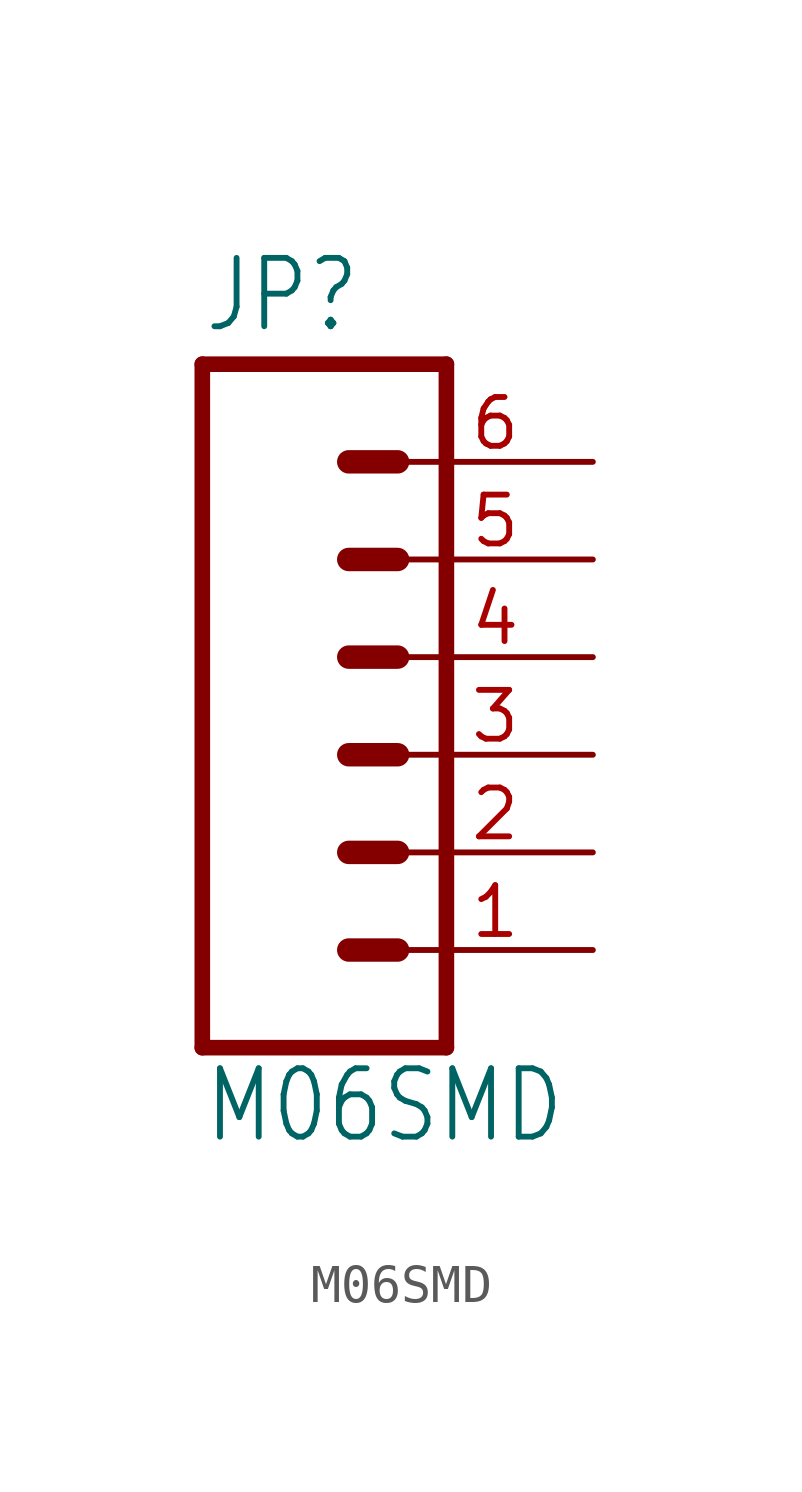
<source format=kicad_sym>
(kicad_symbol_lib
  (version 20201005)
  (generator kicad_symbol_editor)
  (symbol "M06SMD"
    (property "Reference" "JP"
      (at -5.08 10.922 0)
      (effects (font (size 1.778 1.511)) (justify left bottom)))
    (property "Value" "M06SMD"
      (at -5.08 -10.16 0)
      (effects (font (size 1.778 1.511)) (justify left bottom)))
    (property "ki_locked" ""
      (at 0 0 0)
      (effects (font (size 1.27 1.27))))
    (symbol "M06SMD_1_0"
      (polyline (pts (xy 1.27 -7.62) (xy -5.08 -7.62)) (stroke (width 0.406)) (fill (type none)))
      (polyline (pts (xy -1.27 0) (xy 0 0)) (stroke (width 0.61)) (fill (type none)))
      (polyline (pts (xy -1.27 -2.54) (xy 0 -2.54)) (stroke (width 0.61)) (fill (type none)))
      (polyline (pts (xy -1.27 -5.08) (xy 0 -5.08)) (stroke (width 0.61)) (fill (type none)))
      (polyline (pts (xy -5.08 10.16) (xy -5.08 -7.62)) (stroke (width 0.406)) (fill (type none)))
      (polyline (pts (xy 1.27 -7.62) (xy 1.27 10.16)) (stroke (width 0.406)) (fill (type none)))
      (polyline (pts (xy -5.08 10.16) (xy 1.27 10.16)) (stroke (width 0.406)) (fill (type none)))
      (polyline (pts (xy -1.27 5.08) (xy 0 5.08)) (stroke (width 0.61)) (fill (type none)))
      (polyline (pts (xy -1.27 2.54) (xy 0 2.54)) (stroke (width 0.61)) (fill (type none)))
      (polyline (pts (xy -1.27 7.62) (xy 0 7.62)) (stroke (width 0.61)) (fill (type none)))
      (pin passive line (at 5.08 -5.08 180) (length 5.08) (name "1" (effects (font (size 0 0)))) (number "1" (effects (font (size 1.27 1.27)))))
      (pin passive line (at 5.08 -2.54 180) (length 5.08) (name "2" (effects (font (size 0 0)))) (number "2" (effects (font (size 1.27 1.27)))))
      (pin passive line (at 5.08 0 180) (length 5.08) (name "3" (effects (font (size 0 0)))) (number "3" (effects (font (size 1.27 1.27)))))
      (pin passive line (at 5.08 2.54 180) (length 5.08) (name "4" (effects (font (size 0 0)))) (number "4" (effects (font (size 1.27 1.27)))))
      (pin passive line (at 5.08 5.08 180) (length 5.08) (name "5" (effects (font (size 0 0)))) (number "5" (effects (font (size 1.27 1.27)))))
      (pin passive line (at 5.08 7.62 180) (length 5.08) (name "6" (effects (font (size 0 0)))) (number "6" (effects (font (size 1.27 1.27))))))))
</source>
